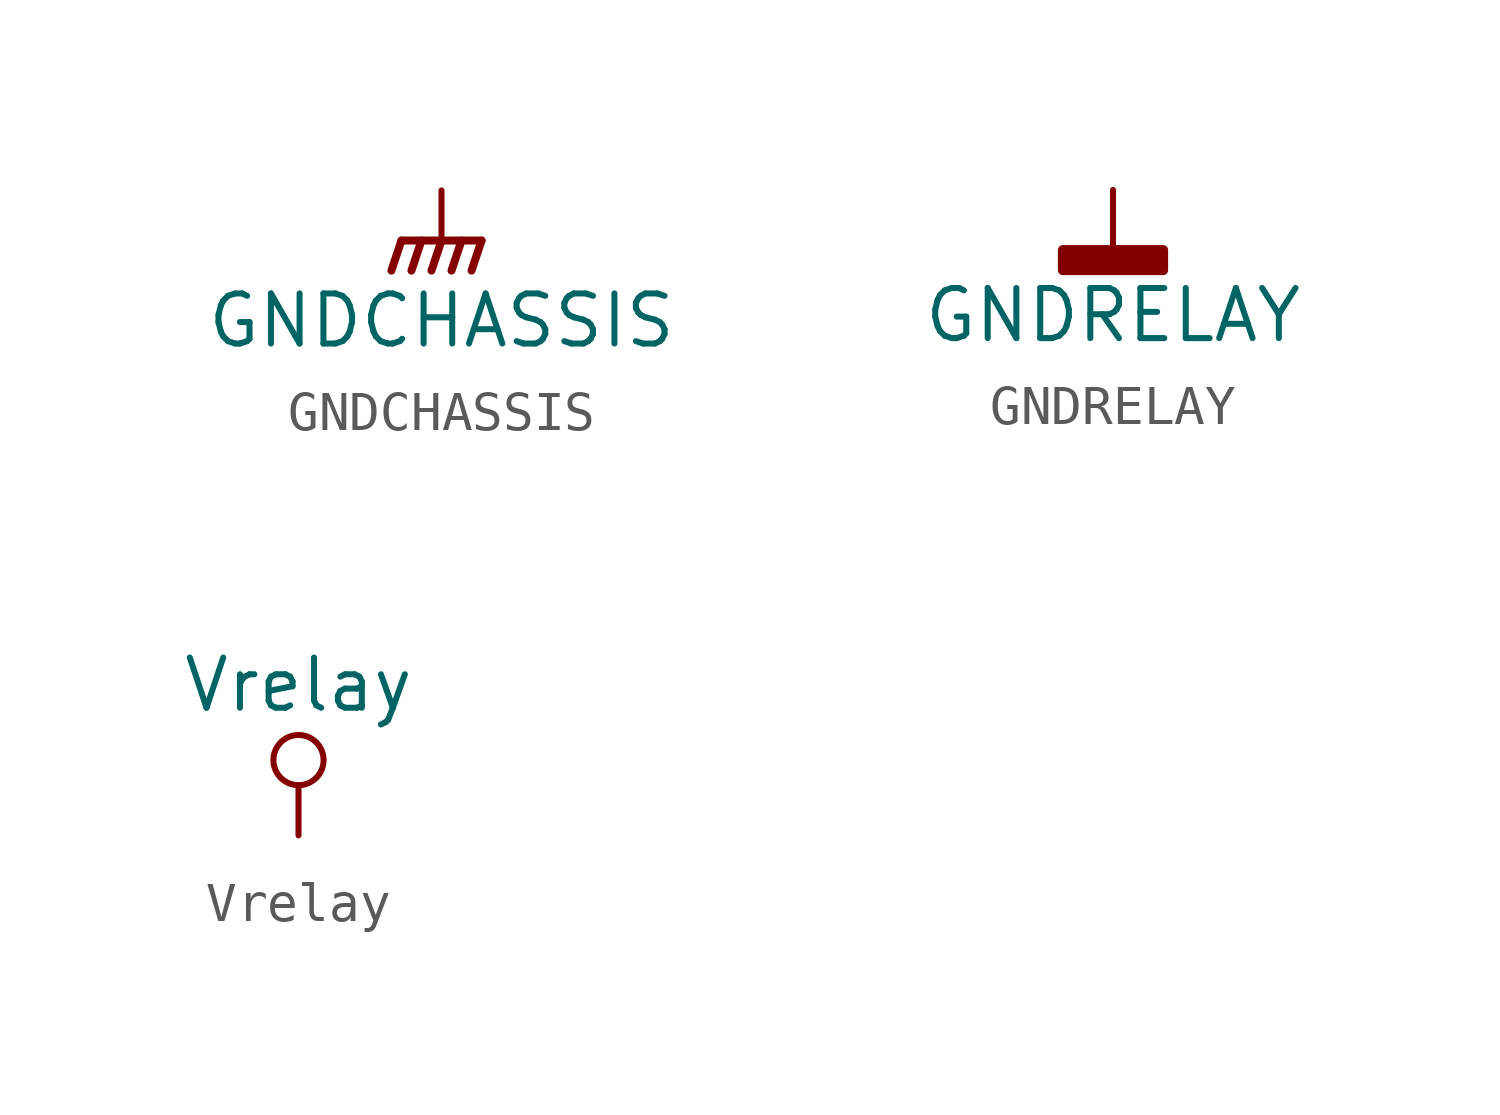
<source format=kicad_sym>
(kicad_symbol_lib
  (version 20231120)
  (generator "kicad_symbol_editor")
  (generator_version "8.0")
  (symbol "GNDCHASSIS"
    (power)
    (pin_names
      (offset 0))
    (property "Reference" "#PWR"
      (at 0 -5.08 0)
      (effects (font (size 1.27 1.27)) (hide yes)))
    (property "Value" "GNDCHASSIS"
      (at 0 -3.302 0)
      (effects (font (size 1.27 1.27))))
    (symbol "GNDCHASSIS_0_1"
      (polyline (pts (xy 0 -1.27) (xy 0 0)) (stroke (width 0) (type solid)) (fill (type none)))
      (polyline (pts (xy -1.016 -1.27) (xy -1.27 -2.032) (xy -1.27 -2.032)) (stroke (width 0.203) (type solid)) (fill (type none)))
      (polyline (pts (xy -0.508 -1.27) (xy -0.762 -2.032) (xy -0.762 -2.032)) (stroke (width 0.203) (type solid)) (fill (type none)))
      (polyline (pts (xy 0 -1.27) (xy -0.254 -2.032) (xy -0.254 -2.032)) (stroke (width 0.203) (type solid)) (fill (type none)))
      (polyline (pts (xy 0.508 -1.27) (xy 0.254 -2.032) (xy 0.254 -2.032)) (stroke (width 0.203) (type solid)) (fill (type none)))
      (polyline (pts (xy 1.016 -1.27) (xy -1.016 -1.27) (xy -1.016 -1.27)) (stroke (width 0.203) (type solid)) (fill (type none)))
      (polyline (pts (xy 1.016 -1.27) (xy 0.762 -2.032) (xy 0.762 -2.032) (xy 0.762 -2.032)) (stroke (width 0.203) (type solid)) (fill (type none))))
    (symbol "GNDCHASSIS_1_1"
      (pin power_in line (at 0 0 270) (length 0) hide (name "GNDCHASSIS" (effects (font (size 1.27 1.27)))) (number "1" (effects (font (size 1.27 1.27)))))))
  (symbol "GNDRELAY"
    (power)
    (pin_names
      (offset 0))
    (property "Reference" "#PWR"
      (at 0 -6.35 0)
      (effects (font (size 1.27 1.27)) (hide yes)))
    (property "Value" "GNDRELAY"
      (at 0 -3.175 0)
      (effects (font (size 1.27 1.27))))
    (symbol "GNDRELAY_0_1"
      (rectangle (start -1.27 -1.524) (end 1.27 -2.032) (stroke (width 0.254) (type solid)) (fill (type outline)))
      (polyline (pts (xy 0 0) (xy 0 -1.524)) (stroke (width 0) (type solid)) (fill (type none))))
    (symbol "GNDRELAY_1_1"
      (pin power_in line (at 0 0 270) (length 0) hide (name "GNDRELAY" (effects (font (size 1.27 1.27)))) (number "1" (effects (font (size 1.27 1.27)))))))
  (symbol "Vrelay"
    (power)
    (pin_names
      (offset 0))
    (property "Reference" "#PWR"
      (at 0 -3.81 0)
      (effects (font (size 1.27 1.27)) (hide yes)))
    (property "Value" "Vrelay"
      (at 0 3.81 0)
      (effects (font (size 1.27 1.27))))
    (symbol "Vrelay_0_1"
      (polyline (pts (xy 0 0) (xy 0 1.27)) (stroke (width 0) (type solid)) (fill (type none)))
      (circle (center 0 1.905) (radius 0.635) (stroke (width 0) (type solid)) (fill (type none))))
    (symbol "Vrelay_1_1"
      (pin power_in line (at 0 0 90) (length 0) hide (name "Vrelay" (effects (font (size 1.27 1.27)))) (number "1" (effects (font (size 1.27 1.27))))))))
</source>
